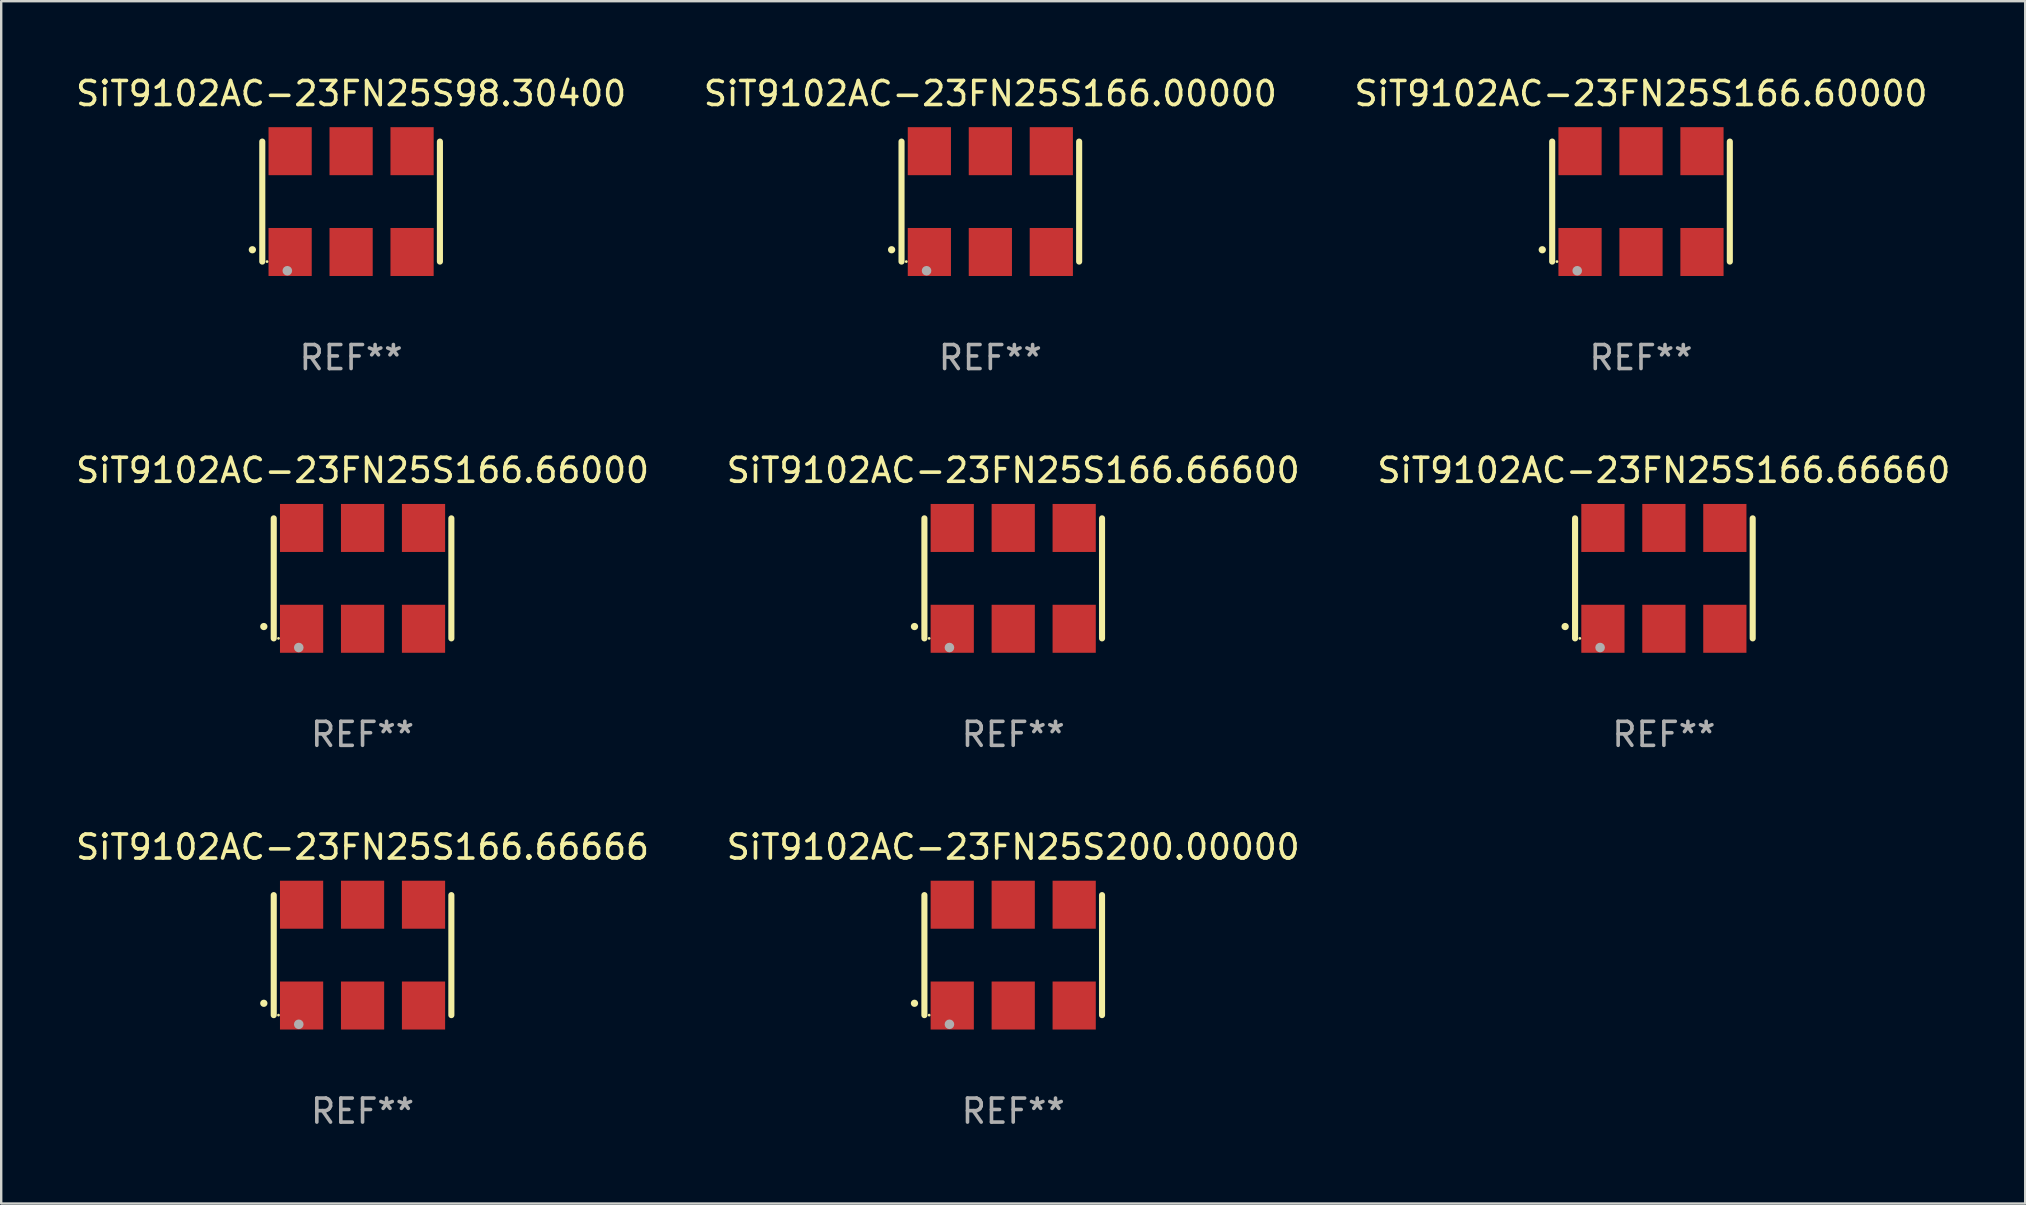
<source format=kicad_pcb>
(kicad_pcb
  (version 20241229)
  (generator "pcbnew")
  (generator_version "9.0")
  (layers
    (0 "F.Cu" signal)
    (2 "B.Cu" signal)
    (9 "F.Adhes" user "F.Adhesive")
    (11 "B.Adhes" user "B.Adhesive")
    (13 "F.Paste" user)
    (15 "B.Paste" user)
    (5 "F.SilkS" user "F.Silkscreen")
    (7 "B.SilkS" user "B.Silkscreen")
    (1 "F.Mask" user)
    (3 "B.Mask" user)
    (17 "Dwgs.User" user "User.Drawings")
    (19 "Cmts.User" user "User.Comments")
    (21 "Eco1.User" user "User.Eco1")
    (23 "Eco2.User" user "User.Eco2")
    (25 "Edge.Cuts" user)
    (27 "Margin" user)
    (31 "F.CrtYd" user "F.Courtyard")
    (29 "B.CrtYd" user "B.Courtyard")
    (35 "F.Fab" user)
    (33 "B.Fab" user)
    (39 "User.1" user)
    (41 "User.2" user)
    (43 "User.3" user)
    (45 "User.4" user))
  (footprint "SiT9102AC-23FN25S166.60000"
    (layer "F.Cu")
    (at 65.315 5.348)
    (property "Reference" "SiT9102AC-23FN25S166.60000" (at 0 -4.5 0) (layer "F.SilkS") (effects (font (size 1 1) (thickness 0.15))))
    (attr through_hole)
    (fp_line (start -3.7 -2.5) (end -3.7 2.5) (stroke (width 0.254) (type solid)) (layer "F.SilkS"))
    (fp_line (start 3.7 -2.5) (end 3.7 2.5) (stroke (width 0.254) (type solid)) (layer "F.SilkS"))
    (fp_arc (start -4.114415 2.006604) (mid -4.113145 2.006599) (end -4.111875 2.006604) (stroke (width 0.3) (type solid)) (layer "F.SilkS"))
    (fp_circle (center -3.502 2.5) (end -3.472 2.5) (stroke (width 0.06) (type solid)) (fill no) (layer "F.SilkS"))
    (fp_circle (center -2.657 2.882) (end -2.557 2.882) (stroke (width 0.2) (type solid)) (fill no) (layer "F.Fab"))
    (fp_text user "REF**" (at 0 6.5 0) (layer "F.Fab") (effects (font (size 1 1) (thickness 0.15))))
    (pad "1" smd rect (at -2.54 2.1) (size 1.8 2) (layers "F.Cu" "F.Mask" "F.Paste"))
    (pad "2" smd rect (at 0.000394 2.1) (size 1.8 2) (layers "F.Cu" "F.Mask" "F.Paste"))
    (pad "3" smd rect (at 2.54 2.1) (size 1.8 2) (layers "F.Cu" "F.Mask" "F.Paste"))
    (pad "4" smd rect (at 2.54 -2.1) (size 1.8 2) (layers "F.Cu" "F.Mask" "F.Paste"))
    (pad "5" smd rect (at 0.000394 -2.1) (size 1.8 2) (layers "F.Cu" "F.Mask" "F.Paste"))
    (pad "6" smd rect (at -2.54 -2.1) (size 1.8 2) (layers "F.Cu" "F.Mask" "F.Paste")))
  (footprint "SiT9102AC-23FN25S166.66000"
    (layer "F.Cu")
    (at 12.054 21.045)
    (property "Reference" "SiT9102AC-23FN25S166.66000" (at 0 -4.5 0) (layer "F.SilkS") (effects (font (size 1 1) (thickness 0.15))))
    (attr through_hole)
    (fp_line (start -3.7 -2.5) (end -3.7 2.5) (stroke (width 0.254) (type solid)) (layer "F.SilkS"))
    (fp_line (start 3.7 -2.5) (end 3.7 2.5) (stroke (width 0.254) (type solid)) (layer "F.SilkS"))
    (fp_arc (start -4.114415 2.006604) (mid -4.113145 2.006599) (end -4.111875 2.006604) (stroke (width 0.3) (type solid)) (layer "F.SilkS"))
    (fp_circle (center -3.502 2.5) (end -3.472 2.5) (stroke (width 0.06) (type solid)) (fill no) (layer "F.SilkS"))
    (fp_circle (center -2.657 2.882) (end -2.557 2.882) (stroke (width 0.2) (type solid)) (fill no) (layer "F.Fab"))
    (fp_text user "REF**" (at 0 6.5 0) (layer "F.Fab") (effects (font (size 1 1) (thickness 0.15))))
    (pad "1" smd rect (at -2.54 2.1) (size 1.8 2) (layers "F.Cu" "F.Mask" "F.Paste"))
    (pad "2" smd rect (at 0.000394 2.1) (size 1.8 2) (layers "F.Cu" "F.Mask" "F.Paste"))
    (pad "3" smd rect (at 2.54 2.1) (size 1.8 2) (layers "F.Cu" "F.Mask" "F.Paste"))
    (pad "4" smd rect (at 2.54 -2.1) (size 1.8 2) (layers "F.Cu" "F.Mask" "F.Paste"))
    (pad "5" smd rect (at 0.000394 -2.1) (size 1.8 2) (layers "F.Cu" "F.Mask" "F.Paste"))
    (pad "6" smd rect (at -2.54 -2.1) (size 1.8 2) (layers "F.Cu" "F.Mask" "F.Paste")))
  (footprint "SiT9102AC-23FN25S166.66666"
    (layer "F.Cu")
    (at 12.054 36.741)
    (property "Reference" "SiT9102AC-23FN25S166.66666" (at 0 -4.5 0) (layer "F.SilkS") (effects (font (size 1 1) (thickness 0.15))))
    (attr through_hole)
    (fp_line (start -3.7 -2.5) (end -3.7 2.5) (stroke (width 0.254) (type solid)) (layer "F.SilkS"))
    (fp_line (start 3.7 -2.5) (end 3.7 2.5) (stroke (width 0.254) (type solid)) (layer "F.SilkS"))
    (fp_arc (start -4.114415 2.006604) (mid -4.113145 2.006599) (end -4.111875 2.006604) (stroke (width 0.3) (type solid)) (layer "F.SilkS"))
    (fp_circle (center -3.502 2.5) (end -3.472 2.5) (stroke (width 0.06) (type solid)) (fill no) (layer "F.SilkS"))
    (fp_circle (center -2.657 2.882) (end -2.557 2.882) (stroke (width 0.2) (type solid)) (fill no) (layer "F.Fab"))
    (fp_text user "REF**" (at 0 6.5 0) (layer "F.Fab") (effects (font (size 1 1) (thickness 0.15))))
    (pad "1" smd rect (at -2.54 2.1) (size 1.8 2) (layers "F.Cu" "F.Mask" "F.Paste"))
    (pad "2" smd rect (at 0.000394 2.1) (size 1.8 2) (layers "F.Cu" "F.Mask" "F.Paste"))
    (pad "3" smd rect (at 2.54 2.1) (size 1.8 2) (layers "F.Cu" "F.Mask" "F.Paste"))
    (pad "4" smd rect (at 2.54 -2.1) (size 1.8 2) (layers "F.Cu" "F.Mask" "F.Paste"))
    (pad "5" smd rect (at 0.000394 -2.1) (size 1.8 2) (layers "F.Cu" "F.Mask" "F.Paste"))
    (pad "6" smd rect (at -2.54 -2.1) (size 1.8 2) (layers "F.Cu" "F.Mask" "F.Paste")))
  (footprint "SiT9102AC-23FN25S166.00000"
    (layer "F.Cu")
    (at 38.208 5.348)
    (property "Reference" "SiT9102AC-23FN25S166.00000" (at 0 -4.5 0) (layer "F.SilkS") (effects (font (size 1 1) (thickness 0.15))))
    (attr through_hole)
    (fp_line (start -3.7 -2.5) (end -3.7 2.5) (stroke (width 0.254) (type solid)) (layer "F.SilkS"))
    (fp_line (start 3.7 -2.5) (end 3.7 2.5) (stroke (width 0.254) (type solid)) (layer "F.SilkS"))
    (fp_arc (start -4.114415 2.006604) (mid -4.113145 2.006599) (end -4.111875 2.006604) (stroke (width 0.3) (type solid)) (layer "F.SilkS"))
    (fp_circle (center -3.502 2.5) (end -3.472 2.5) (stroke (width 0.06) (type solid)) (fill no) (layer "F.SilkS"))
    (fp_circle (center -2.657 2.882) (end -2.557 2.882) (stroke (width 0.2) (type solid)) (fill no) (layer "F.Fab"))
    (fp_text user "REF**" (at 0 6.5 0) (layer "F.Fab") (effects (font (size 1 1) (thickness 0.15))))
    (pad "1" smd rect (at -2.54 2.1) (size 1.8 2) (layers "F.Cu" "F.Mask" "F.Paste"))
    (pad "2" smd rect (at 0.000394 2.1) (size 1.8 2) (layers "F.Cu" "F.Mask" "F.Paste"))
    (pad "3" smd rect (at 2.54 2.1) (size 1.8 2) (layers "F.Cu" "F.Mask" "F.Paste"))
    (pad "4" smd rect (at 2.54 -2.1) (size 1.8 2) (layers "F.Cu" "F.Mask" "F.Paste"))
    (pad "5" smd rect (at 0.000394 -2.1) (size 1.8 2) (layers "F.Cu" "F.Mask" "F.Paste"))
    (pad "6" smd rect (at -2.54 -2.1) (size 1.8 2) (layers "F.Cu" "F.Mask" "F.Paste")))
  (footprint "SiT9102AC-23FN25S166.66660"
    (layer "F.Cu")
    (at 66.268 21.045)
    (property "Reference" "SiT9102AC-23FN25S166.66660" (at 0 -4.5 0) (layer "F.SilkS") (effects (font (size 1 1) (thickness 0.15))))
    (attr through_hole)
    (fp_line (start -3.7 -2.5) (end -3.7 2.5) (stroke (width 0.254) (type solid)) (layer "F.SilkS"))
    (fp_line (start 3.7 -2.5) (end 3.7 2.5) (stroke (width 0.254) (type solid)) (layer "F.SilkS"))
    (fp_arc (start -4.114415 2.006604) (mid -4.113145 2.006599) (end -4.111875 2.006604) (stroke (width 0.3) (type solid)) (layer "F.SilkS"))
    (fp_circle (center -3.502 2.5) (end -3.472 2.5) (stroke (width 0.06) (type solid)) (fill no) (layer "F.SilkS"))
    (fp_circle (center -2.657 2.882) (end -2.557 2.882) (stroke (width 0.2) (type solid)) (fill no) (layer "F.Fab"))
    (fp_text user "REF**" (at 0 6.5 0) (layer "F.Fab") (effects (font (size 1 1) (thickness 0.15))))
    (pad "1" smd rect (at -2.54 2.1) (size 1.8 2) (layers "F.Cu" "F.Mask" "F.Paste"))
    (pad "2" smd rect (at 0.000394 2.1) (size 1.8 2) (layers "F.Cu" "F.Mask" "F.Paste"))
    (pad "3" smd rect (at 2.54 2.1) (size 1.8 2) (layers "F.Cu" "F.Mask" "F.Paste"))
    (pad "4" smd rect (at 2.54 -2.1) (size 1.8 2) (layers "F.Cu" "F.Mask" "F.Paste"))
    (pad "5" smd rect (at 0.000394 -2.1) (size 1.8 2) (layers "F.Cu" "F.Mask" "F.Paste"))
    (pad "6" smd rect (at -2.54 -2.1) (size 1.8 2) (layers "F.Cu" "F.Mask" "F.Paste")))
  (footprint "SiT9102AC-23FN25S166.66600"
    (layer "F.Cu")
    (at 39.161 21.045)
    (property "Reference" "SiT9102AC-23FN25S166.66600" (at 0 -4.5 0) (layer "F.SilkS") (effects (font (size 1 1) (thickness 0.15))))
    (attr through_hole)
    (fp_line (start -3.7 -2.5) (end -3.7 2.5) (stroke (width 0.254) (type solid)) (layer "F.SilkS"))
    (fp_line (start 3.7 -2.5) (end 3.7 2.5) (stroke (width 0.254) (type solid)) (layer "F.SilkS"))
    (fp_arc (start -4.114415 2.006604) (mid -4.113145 2.006599) (end -4.111875 2.006604) (stroke (width 0.3) (type solid)) (layer "F.SilkS"))
    (fp_circle (center -3.502 2.5) (end -3.472 2.5) (stroke (width 0.06) (type solid)) (fill no) (layer "F.SilkS"))
    (fp_circle (center -2.657 2.882) (end -2.557 2.882) (stroke (width 0.2) (type solid)) (fill no) (layer "F.Fab"))
    (fp_text user "REF**" (at 0 6.5 0) (layer "F.Fab") (effects (font (size 1 1) (thickness 0.15))))
    (pad "1" smd rect (at -2.54 2.1) (size 1.8 2) (layers "F.Cu" "F.Mask" "F.Paste"))
    (pad "2" smd rect (at 0.000394 2.1) (size 1.8 2) (layers "F.Cu" "F.Mask" "F.Paste"))
    (pad "3" smd rect (at 2.54 2.1) (size 1.8 2) (layers "F.Cu" "F.Mask" "F.Paste"))
    (pad "4" smd rect (at 2.54 -2.1) (size 1.8 2) (layers "F.Cu" "F.Mask" "F.Paste"))
    (pad "5" smd rect (at 0.000394 -2.1) (size 1.8 2) (layers "F.Cu" "F.Mask" "F.Paste"))
    (pad "6" smd rect (at -2.54 -2.1) (size 1.8 2) (layers "F.Cu" "F.Mask" "F.Paste")))
  (footprint "SiT9102AC-23FN25S200.00000"
    (layer "F.Cu")
    (at 39.161 36.741)
    (property "Reference" "SiT9102AC-23FN25S200.00000" (at 0 -4.5 0) (layer "F.SilkS") (effects (font (size 1 1) (thickness 0.15))))
    (attr through_hole)
    (fp_line (start -3.7 -2.5) (end -3.7 2.5) (stroke (width 0.254) (type solid)) (layer "F.SilkS"))
    (fp_line (start 3.7 -2.5) (end 3.7 2.5) (stroke (width 0.254) (type solid)) (layer "F.SilkS"))
    (fp_arc (start -4.114415 2.006604) (mid -4.113145 2.006599) (end -4.111875 2.006604) (stroke (width 0.3) (type solid)) (layer "F.SilkS"))
    (fp_circle (center -3.502 2.5) (end -3.472 2.5) (stroke (width 0.06) (type solid)) (fill no) (layer "F.SilkS"))
    (fp_circle (center -2.657 2.882) (end -2.557 2.882) (stroke (width 0.2) (type solid)) (fill no) (layer "F.Fab"))
    (fp_text user "REF**" (at 0 6.5 0) (layer "F.Fab") (effects (font (size 1 1) (thickness 0.15))))
    (pad "1" smd rect (at -2.54 2.1) (size 1.8 2) (layers "F.Cu" "F.Mask" "F.Paste"))
    (pad "2" smd rect (at 0.000394 2.1) (size 1.8 2) (layers "F.Cu" "F.Mask" "F.Paste"))
    (pad "3" smd rect (at 2.54 2.1) (size 1.8 2) (layers "F.Cu" "F.Mask" "F.Paste"))
    (pad "4" smd rect (at 2.54 -2.1) (size 1.8 2) (layers "F.Cu" "F.Mask" "F.Paste"))
    (pad "5" smd rect (at 0.000394 -2.1) (size 1.8 2) (layers "F.Cu" "F.Mask" "F.Paste"))
    (pad "6" smd rect (at -2.54 -2.1) (size 1.8 2) (layers "F.Cu" "F.Mask" "F.Paste")))
  (footprint "SiT9102AC-23FN25S98.30400"
    (layer "F.Cu")
    (at 11.577 5.348)
    (property "Reference" "SiT9102AC-23FN25S98.30400" (at 0 -4.5 0) (layer "F.SilkS") (effects (font (size 1 1) (thickness 0.15))))
    (attr through_hole)
    (fp_line (start -3.7 -2.5) (end -3.7 2.5) (stroke (width 0.254) (type solid)) (layer "F.SilkS"))
    (fp_line (start 3.7 -2.5) (end 3.7 2.5) (stroke (width 0.254) (type solid)) (layer "F.SilkS"))
    (fp_arc (start -4.114415 2.006604) (mid -4.113145 2.006599) (end -4.111875 2.006604) (stroke (width 0.3) (type solid)) (layer "F.SilkS"))
    (fp_circle (center -3.502 2.5) (end -3.472 2.5) (stroke (width 0.06) (type solid)) (fill no) (layer "F.SilkS"))
    (fp_circle (center -2.657 2.882) (end -2.557 2.882) (stroke (width 0.2) (type solid)) (fill no) (layer "F.Fab"))
    (fp_text user "REF**" (at 0 6.5 0) (layer "F.Fab") (effects (font (size 1 1) (thickness 0.15))))
    (pad "1" smd rect (at -2.54 2.1) (size 1.8 2) (layers "F.Cu" "F.Mask" "F.Paste"))
    (pad "2" smd rect (at 0.000394 2.1) (size 1.8 2) (layers "F.Cu" "F.Mask" "F.Paste"))
    (pad "3" smd rect (at 2.54 2.1) (size 1.8 2) (layers "F.Cu" "F.Mask" "F.Paste"))
    (pad "4" smd rect (at 2.54 -2.1) (size 1.8 2) (layers "F.Cu" "F.Mask" "F.Paste"))
    (pad "5" smd rect (at 0.000394 -2.1) (size 1.8 2) (layers "F.Cu" "F.Mask" "F.Paste"))
    (pad "6" smd rect (at -2.54 -2.1) (size 1.8 2) (layers "F.Cu" "F.Mask" "F.Paste")))
  (gr_rect
    (start -3 -3)
    (end 81.321 47.09)
    (stroke (width 0.1) (type default))
    (fill no)
    (layer "Edge.Cuts")))
</source>
